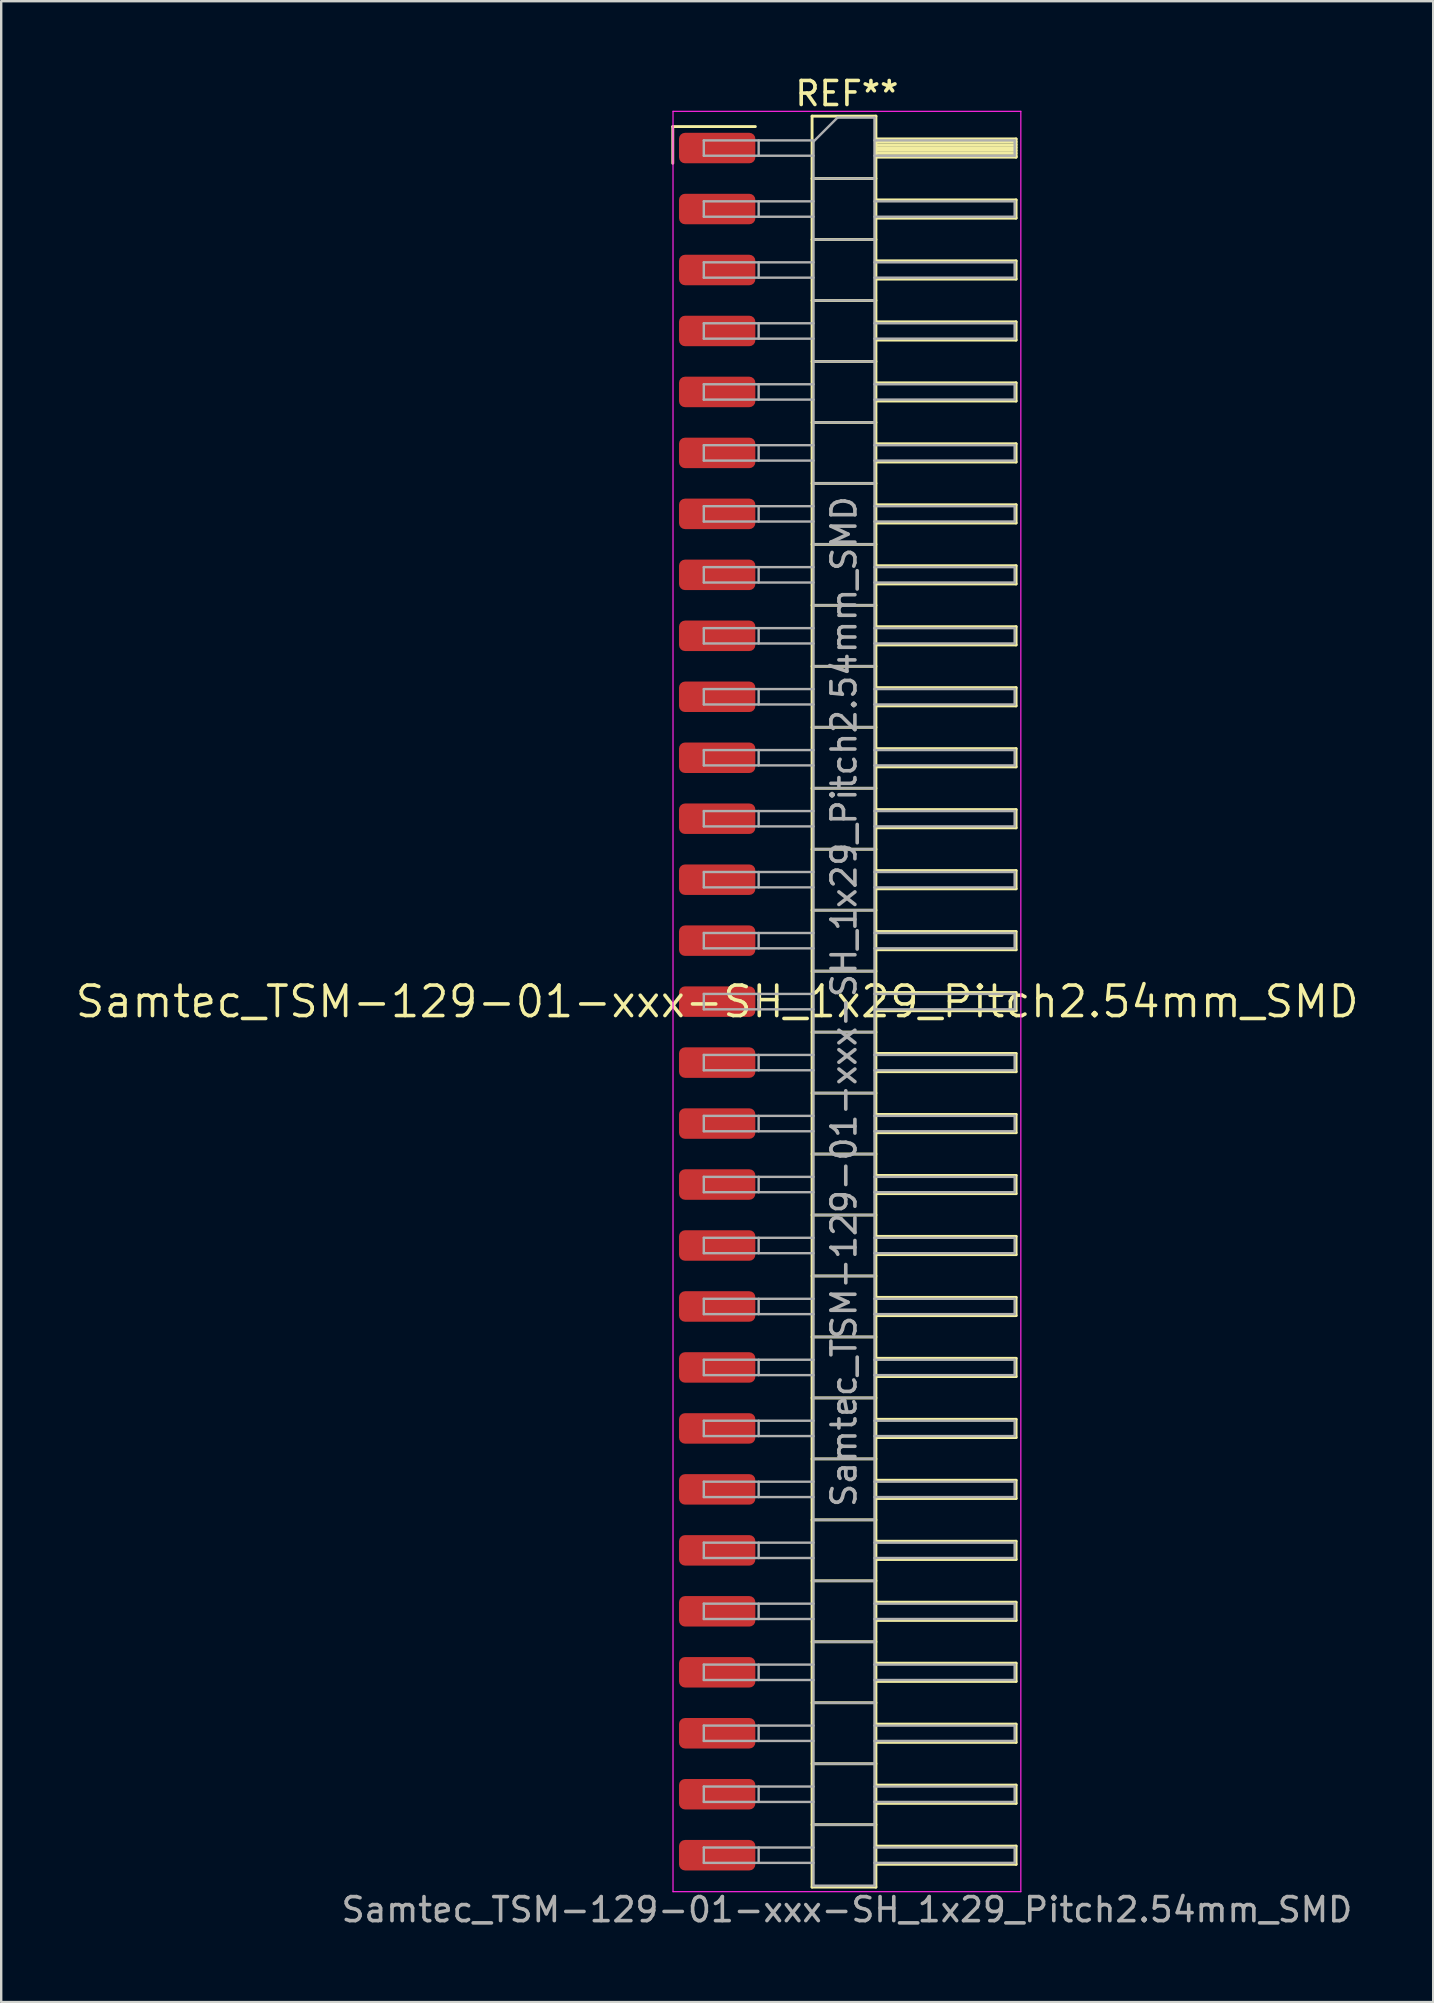
<source format=kicad_pcb>
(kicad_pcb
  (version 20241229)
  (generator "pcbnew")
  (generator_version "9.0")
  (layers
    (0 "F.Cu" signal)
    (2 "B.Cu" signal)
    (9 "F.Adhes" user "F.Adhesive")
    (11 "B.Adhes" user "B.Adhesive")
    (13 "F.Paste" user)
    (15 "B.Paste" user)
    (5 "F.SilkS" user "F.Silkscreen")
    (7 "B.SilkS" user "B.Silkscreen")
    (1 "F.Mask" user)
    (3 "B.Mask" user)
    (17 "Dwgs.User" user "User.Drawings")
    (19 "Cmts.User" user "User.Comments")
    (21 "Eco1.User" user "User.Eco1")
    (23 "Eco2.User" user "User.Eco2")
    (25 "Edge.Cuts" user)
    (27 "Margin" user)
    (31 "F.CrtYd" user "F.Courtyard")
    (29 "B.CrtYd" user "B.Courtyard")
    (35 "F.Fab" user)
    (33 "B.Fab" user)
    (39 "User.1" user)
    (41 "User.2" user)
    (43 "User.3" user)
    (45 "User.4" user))
  (footprint "Samtec_TSM-129-01-xxx-SH_1x29_Pitch2.54mm_SMD"
    (layer "F.Cu")
    (at 26.828 38.678)
    (property "Reference" "Samtec_TSM-129-01-xxx-SH_1x29_Pitch2.54mm_SMD" (at 0 0 0) (layer "F.SilkS") (effects (font (size 1.27 1.27) (thickness 0.15))))
    (attr smd)
    (fp_line (start -1.85 -36.455) (end 1.59 -36.455) (stroke (width 0.12) (type solid)) (layer "F.SilkS"))
    (fp_line (start -1.85 -34.925) (end -1.85 -36.455) (stroke (width 0.12) (type solid)) (layer "F.SilkS"))
    (fp_line (start 3.953 -36.89) (end 6.613 -36.89) (stroke (width 0.12) (type solid)) (layer "F.SilkS"))
    (fp_line (start 3.953 -34.29) (end 6.613 -34.29) (stroke (width 0.12) (type solid)) (layer "F.SilkS"))
    (fp_line (start 3.953 -31.75) (end 6.613 -31.75) (stroke (width 0.12) (type solid)) (layer "F.SilkS"))
    (fp_line (start 3.953 -29.21) (end 6.613 -29.21) (stroke (width 0.12) (type solid)) (layer "F.SilkS"))
    (fp_line (start 3.953 -26.67) (end 6.613 -26.67) (stroke (width 0.12) (type solid)) (layer "F.SilkS"))
    (fp_line (start 3.953 -24.13) (end 6.613 -24.13) (stroke (width 0.12) (type solid)) (layer "F.SilkS"))
    (fp_line (start 3.953 -21.59) (end 6.613 -21.59) (stroke (width 0.12) (type solid)) (layer "F.SilkS"))
    (fp_line (start 3.953 -19.05) (end 6.613 -19.05) (stroke (width 0.12) (type solid)) (layer "F.SilkS"))
    (fp_line (start 3.953 -16.51) (end 6.613 -16.51) (stroke (width 0.12) (type solid)) (layer "F.SilkS"))
    (fp_line (start 3.953 -13.97) (end 6.613 -13.97) (stroke (width 0.12) (type solid)) (layer "F.SilkS"))
    (fp_line (start 3.953 -11.43) (end 6.613 -11.43) (stroke (width 0.12) (type solid)) (layer "F.SilkS"))
    (fp_line (start 3.953 -8.89) (end 6.613 -8.89) (stroke (width 0.12) (type solid)) (layer "F.SilkS"))
    (fp_line (start 3.953 -6.35) (end 6.613 -6.35) (stroke (width 0.12) (type solid)) (layer "F.SilkS"))
    (fp_line (start 3.953 -3.81) (end 6.613 -3.81) (stroke (width 0.12) (type solid)) (layer "F.SilkS"))
    (fp_line (start 3.953 -1.27) (end 6.613 -1.27) (stroke (width 0.12) (type solid)) (layer "F.SilkS"))
    (fp_line (start 3.953 1.27) (end 6.613 1.27) (stroke (width 0.12) (type solid)) (layer "F.SilkS"))
    (fp_line (start 3.953 3.81) (end 6.613 3.81) (stroke (width 0.12) (type solid)) (layer "F.SilkS"))
    (fp_line (start 3.953 6.35) (end 6.613 6.35) (stroke (width 0.12) (type solid)) (layer "F.SilkS"))
    (fp_line (start 3.953 8.89) (end 6.613 8.89) (stroke (width 0.12) (type solid)) (layer "F.SilkS"))
    (fp_line (start 3.953 11.43) (end 6.613 11.43) (stroke (width 0.12) (type solid)) (layer "F.SilkS"))
    (fp_line (start 3.953 13.97) (end 6.613 13.97) (stroke (width 0.12) (type solid)) (layer "F.SilkS"))
    (fp_line (start 3.953 16.51) (end 6.613 16.51) (stroke (width 0.12) (type solid)) (layer "F.SilkS"))
    (fp_line (start 3.953 19.05) (end 6.613 19.05) (stroke (width 0.12) (type solid)) (layer "F.SilkS"))
    (fp_line (start 3.953 21.59) (end 6.613 21.59) (stroke (width 0.12) (type solid)) (layer "F.SilkS"))
    (fp_line (start 3.953 24.13) (end 6.613 24.13) (stroke (width 0.12) (type solid)) (layer "F.SilkS"))
    (fp_line (start 3.953 26.67) (end 6.613 26.67) (stroke (width 0.12) (type solid)) (layer "F.SilkS"))
    (fp_line (start 3.953 29.21) (end 6.613 29.21) (stroke (width 0.12) (type solid)) (layer "F.SilkS"))
    (fp_line (start 3.953 31.75) (end 6.613 31.75) (stroke (width 0.12) (type solid)) (layer "F.SilkS"))
    (fp_line (start 3.953 34.29) (end 6.613 34.29) (stroke (width 0.12) (type solid)) (layer "F.SilkS"))
    (fp_line (start 3.953 36.89) (end 3.953 -36.89) (stroke (width 0.12) (type solid)) (layer "F.SilkS"))
    (fp_line (start 6.613 -36.89) (end 6.613 36.89) (stroke (width 0.12) (type solid)) (layer "F.SilkS"))
    (fp_line (start 6.613 -35.94) (end 12.453 -35.94) (stroke (width 0.12) (type solid)) (layer "F.SilkS"))
    (fp_line (start 6.613 -35.82) (end 12.453 -35.82) (stroke (width 0.12) (type solid)) (layer "F.SilkS"))
    (fp_line (start 6.613 -35.7) (end 12.453 -35.7) (stroke (width 0.12) (type solid)) (layer "F.SilkS"))
    (fp_line (start 6.613 -35.58) (end 12.453 -35.58) (stroke (width 0.12) (type solid)) (layer "F.SilkS"))
    (fp_line (start 6.613 -35.46) (end 12.453 -35.46) (stroke (width 0.12) (type solid)) (layer "F.SilkS"))
    (fp_line (start 6.613 -35.34) (end 12.453 -35.34) (stroke (width 0.12) (type solid)) (layer "F.SilkS"))
    (fp_line (start 6.613 -35.22) (end 12.453 -35.22) (stroke (width 0.12) (type solid)) (layer "F.SilkS"))
    (fp_line (start 6.613 -35.18) (end 12.453 -35.18) (stroke (width 0.12) (type solid)) (layer "F.SilkS"))
    (fp_line (start 6.613 -33.4) (end 12.453 -33.4) (stroke (width 0.12) (type solid)) (layer "F.SilkS"))
    (fp_line (start 6.613 -32.64) (end 12.453 -32.64) (stroke (width 0.12) (type solid)) (layer "F.SilkS"))
    (fp_line (start 6.613 -30.86) (end 12.453 -30.86) (stroke (width 0.12) (type solid)) (layer "F.SilkS"))
    (fp_line (start 6.613 -30.1) (end 12.453 -30.1) (stroke (width 0.12) (type solid)) (layer "F.SilkS"))
    (fp_line (start 6.613 -28.32) (end 12.453 -28.32) (stroke (width 0.12) (type solid)) (layer "F.SilkS"))
    (fp_line (start 6.613 -27.56) (end 12.453 -27.56) (stroke (width 0.12) (type solid)) (layer "F.SilkS"))
    (fp_line (start 6.613 -25.78) (end 12.453 -25.78) (stroke (width 0.12) (type solid)) (layer "F.SilkS"))
    (fp_line (start 6.613 -25.02) (end 12.453 -25.02) (stroke (width 0.12) (type solid)) (layer "F.SilkS"))
    (fp_line (start 6.613 -23.24) (end 12.453 -23.24) (stroke (width 0.12) (type solid)) (layer "F.SilkS"))
    (fp_line (start 6.613 -22.48) (end 12.453 -22.48) (stroke (width 0.12) (type solid)) (layer "F.SilkS"))
    (fp_line (start 6.613 -20.7) (end 12.453 -20.7) (stroke (width 0.12) (type solid)) (layer "F.SilkS"))
    (fp_line (start 6.613 -19.94) (end 12.453 -19.94) (stroke (width 0.12) (type solid)) (layer "F.SilkS"))
    (fp_line (start 6.613 -18.16) (end 12.453 -18.16) (stroke (width 0.12) (type solid)) (layer "F.SilkS"))
    (fp_line (start 6.613 -17.4) (end 12.453 -17.4) (stroke (width 0.12) (type solid)) (layer "F.SilkS"))
    (fp_line (start 6.613 -15.62) (end 12.453 -15.62) (stroke (width 0.12) (type solid)) (layer "F.SilkS"))
    (fp_line (start 6.613 -14.86) (end 12.453 -14.86) (stroke (width 0.12) (type solid)) (layer "F.SilkS"))
    (fp_line (start 6.613 -13.08) (end 12.453 -13.08) (stroke (width 0.12) (type solid)) (layer "F.SilkS"))
    (fp_line (start 6.613 -12.32) (end 12.453 -12.32) (stroke (width 0.12) (type solid)) (layer "F.SilkS"))
    (fp_line (start 6.613 -10.54) (end 12.453 -10.54) (stroke (width 0.12) (type solid)) (layer "F.SilkS"))
    (fp_line (start 6.613 -9.78) (end 12.453 -9.78) (stroke (width 0.12) (type solid)) (layer "F.SilkS"))
    (fp_line (start 6.613 -8) (end 12.453 -8) (stroke (width 0.12) (type solid)) (layer "F.SilkS"))
    (fp_line (start 6.613 -7.24) (end 12.453 -7.24) (stroke (width 0.12) (type solid)) (layer "F.SilkS"))
    (fp_line (start 6.613 -5.46) (end 12.453 -5.46) (stroke (width 0.12) (type solid)) (layer "F.SilkS"))
    (fp_line (start 6.613 -4.7) (end 12.453 -4.7) (stroke (width 0.12) (type solid)) (layer "F.SilkS"))
    (fp_line (start 6.613 -2.92) (end 12.453 -2.92) (stroke (width 0.12) (type solid)) (layer "F.SilkS"))
    (fp_line (start 6.613 -2.16) (end 12.453 -2.16) (stroke (width 0.12) (type solid)) (layer "F.SilkS"))
    (fp_line (start 6.613 -0.38) (end 12.453 -0.38) (stroke (width 0.12) (type solid)) (layer "F.SilkS"))
    (fp_line (start 6.613 0.38) (end 12.453 0.38) (stroke (width 0.12) (type solid)) (layer "F.SilkS"))
    (fp_line (start 6.613 2.16) (end 12.453 2.16) (stroke (width 0.12) (type solid)) (layer "F.SilkS"))
    (fp_line (start 6.613 2.92) (end 12.453 2.92) (stroke (width 0.12) (type solid)) (layer "F.SilkS"))
    (fp_line (start 6.613 4.7) (end 12.453 4.7) (stroke (width 0.12) (type solid)) (layer "F.SilkS"))
    (fp_line (start 6.613 5.46) (end 12.453 5.46) (stroke (width 0.12) (type solid)) (layer "F.SilkS"))
    (fp_line (start 6.613 7.24) (end 12.453 7.24) (stroke (width 0.12) (type solid)) (layer "F.SilkS"))
    (fp_line (start 6.613 8) (end 12.453 8) (stroke (width 0.12) (type solid)) (layer "F.SilkS"))
    (fp_line (start 6.613 9.78) (end 12.453 9.78) (stroke (width 0.12) (type solid)) (layer "F.SilkS"))
    (fp_line (start 6.613 10.54) (end 12.453 10.54) (stroke (width 0.12) (type solid)) (layer "F.SilkS"))
    (fp_line (start 6.613 12.32) (end 12.453 12.32) (stroke (width 0.12) (type solid)) (layer "F.SilkS"))
    (fp_line (start 6.613 13.08) (end 12.453 13.08) (stroke (width 0.12) (type solid)) (layer "F.SilkS"))
    (fp_line (start 6.613 14.86) (end 12.453 14.86) (stroke (width 0.12) (type solid)) (layer "F.SilkS"))
    (fp_line (start 6.613 15.62) (end 12.453 15.62) (stroke (width 0.12) (type solid)) (layer "F.SilkS"))
    (fp_line (start 6.613 17.4) (end 12.453 17.4) (stroke (width 0.12) (type solid)) (layer "F.SilkS"))
    (fp_line (start 6.613 18.16) (end 12.453 18.16) (stroke (width 0.12) (type solid)) (layer "F.SilkS"))
    (fp_line (start 6.613 19.94) (end 12.453 19.94) (stroke (width 0.12) (type solid)) (layer "F.SilkS"))
    (fp_line (start 6.613 20.7) (end 12.453 20.7) (stroke (width 0.12) (type solid)) (layer "F.SilkS"))
    (fp_line (start 6.613 22.48) (end 12.453 22.48) (stroke (width 0.12) (type solid)) (layer "F.SilkS"))
    (fp_line (start 6.613 23.24) (end 12.453 23.24) (stroke (width 0.12) (type solid)) (layer "F.SilkS"))
    (fp_line (start 6.613 25.02) (end 12.453 25.02) (stroke (width 0.12) (type solid)) (layer "F.SilkS"))
    (fp_line (start 6.613 25.78) (end 12.453 25.78) (stroke (width 0.12) (type solid)) (layer "F.SilkS"))
    (fp_line (start 6.613 27.56) (end 12.453 27.56) (stroke (width 0.12) (type solid)) (layer "F.SilkS"))
    (fp_line (start 6.613 28.32) (end 12.453 28.32) (stroke (width 0.12) (type solid)) (layer "F.SilkS"))
    (fp_line (start 6.613 30.1) (end 12.453 30.1) (stroke (width 0.12) (type solid)) (layer "F.SilkS"))
    (fp_line (start 6.613 30.86) (end 12.453 30.86) (stroke (width 0.12) (type solid)) (layer "F.SilkS"))
    (fp_line (start 6.613 32.64) (end 12.453 32.64) (stroke (width 0.12) (type solid)) (layer "F.SilkS"))
    (fp_line (start 6.613 33.4) (end 12.453 33.4) (stroke (width 0.12) (type solid)) (layer "F.SilkS"))
    (fp_line (start 6.613 35.18) (end 12.453 35.18) (stroke (width 0.12) (type solid)) (layer "F.SilkS"))
    (fp_line (start 6.613 35.94) (end 12.453 35.94) (stroke (width 0.12) (type solid)) (layer "F.SilkS"))
    (fp_line (start 6.613 36.89) (end 3.953 36.89) (stroke (width 0.12) (type solid)) (layer "F.SilkS"))
    (fp_line (start 12.453 -35.94) (end 12.453 -35.18) (stroke (width 0.12) (type solid)) (layer "F.SilkS"))
    (fp_line (start 12.453 -33.4) (end 12.453 -32.64) (stroke (width 0.12) (type solid)) (layer "F.SilkS"))
    (fp_line (start 12.453 -30.86) (end 12.453 -30.1) (stroke (width 0.12) (type solid)) (layer "F.SilkS"))
    (fp_line (start 12.453 -28.32) (end 12.453 -27.56) (stroke (width 0.12) (type solid)) (layer "F.SilkS"))
    (fp_line (start 12.453 -25.78) (end 12.453 -25.02) (stroke (width 0.12) (type solid)) (layer "F.SilkS"))
    (fp_line (start 12.453 -23.24) (end 12.453 -22.48) (stroke (width 0.12) (type solid)) (layer "F.SilkS"))
    (fp_line (start 12.453 -20.7) (end 12.453 -19.94) (stroke (width 0.12) (type solid)) (layer "F.SilkS"))
    (fp_line (start 12.453 -18.16) (end 12.453 -17.4) (stroke (width 0.12) (type solid)) (layer "F.SilkS"))
    (fp_line (start 12.453 -15.62) (end 12.453 -14.86) (stroke (width 0.12) (type solid)) (layer "F.SilkS"))
    (fp_line (start 12.453 -13.08) (end 12.453 -12.32) (stroke (width 0.12) (type solid)) (layer "F.SilkS"))
    (fp_line (start 12.453 -10.54) (end 12.453 -9.78) (stroke (width 0.12) (type solid)) (layer "F.SilkS"))
    (fp_line (start 12.453 -8) (end 12.453 -7.24) (stroke (width 0.12) (type solid)) (layer "F.SilkS"))
    (fp_line (start 12.453 -5.46) (end 12.453 -4.7) (stroke (width 0.12) (type solid)) (layer "F.SilkS"))
    (fp_line (start 12.453 -2.92) (end 12.453 -2.16) (stroke (width 0.12) (type solid)) (layer "F.SilkS"))
    (fp_line (start 12.453 -0.38) (end 12.453 0.38) (stroke (width 0.12) (type solid)) (layer "F.SilkS"))
    (fp_line (start 12.453 2.16) (end 12.453 2.92) (stroke (width 0.12) (type solid)) (layer "F.SilkS"))
    (fp_line (start 12.453 4.7) (end 12.453 5.46) (stroke (width 0.12) (type solid)) (layer "F.SilkS"))
    (fp_line (start 12.453 7.24) (end 12.453 8) (stroke (width 0.12) (type solid)) (layer "F.SilkS"))
    (fp_line (start 12.453 9.78) (end 12.453 10.54) (stroke (width 0.12) (type solid)) (layer "F.SilkS"))
    (fp_line (start 12.453 12.32) (end 12.453 13.08) (stroke (width 0.12) (type solid)) (layer "F.SilkS"))
    (fp_line (start 12.453 14.86) (end 12.453 15.62) (stroke (width 0.12) (type solid)) (layer "F.SilkS"))
    (fp_line (start 12.453 17.4) (end 12.453 18.16) (stroke (width 0.12) (type solid)) (layer "F.SilkS"))
    (fp_line (start 12.453 19.94) (end 12.453 20.7) (stroke (width 0.12) (type solid)) (layer "F.SilkS"))
    (fp_line (start 12.453 22.48) (end 12.453 23.24) (stroke (width 0.12) (type solid)) (layer "F.SilkS"))
    (fp_line (start 12.453 25.02) (end 12.453 25.78) (stroke (width 0.12) (type solid)) (layer "F.SilkS"))
    (fp_line (start 12.453 27.56) (end 12.453 28.32) (stroke (width 0.12) (type solid)) (layer "F.SilkS"))
    (fp_line (start 12.453 30.1) (end 12.453 30.86) (stroke (width 0.12) (type solid)) (layer "F.SilkS"))
    (fp_line (start 12.453 32.64) (end 12.453 33.4) (stroke (width 0.12) (type solid)) (layer "F.SilkS"))
    (fp_line (start 12.453 35.18) (end 12.453 35.94) (stroke (width 0.12) (type solid)) (layer "F.SilkS"))
    (fp_line (start -1.84 -37.09) (end 12.65 -37.09) (stroke (width 0.05) (type solid)) (layer "F.CrtYd"))
    (fp_line (start -1.84 37.08) (end -1.84 -37.09) (stroke (width 0.05) (type solid)) (layer "F.CrtYd"))
    (fp_line (start 12.65 -37.09) (end 12.65 37.08) (stroke (width 0.05) (type solid)) (layer "F.CrtYd"))
    (fp_line (start 12.65 37.08) (end -1.84 37.08) (stroke (width 0.05) (type solid)) (layer "F.CrtYd"))
    (fp_line (start -0.557 -35.88) (end -0.557 -35.24) (stroke (width 0.1) (type solid)) (layer "F.Fab"))
    (fp_line (start -0.557 -35.88) (end 4.013 -35.88) (stroke (width 0.1) (type solid)) (layer "F.Fab"))
    (fp_line (start -0.557 -35.24) (end 4.013 -35.24) (stroke (width 0.1) (type solid)) (layer "F.Fab"))
    (fp_line (start -0.557 -33.34) (end -0.557 -32.7) (stroke (width 0.1) (type solid)) (layer "F.Fab"))
    (fp_line (start -0.557 -33.34) (end 4.013 -33.34) (stroke (width 0.1) (type solid)) (layer "F.Fab"))
    (fp_line (start -0.557 -32.7) (end 4.013 -32.7) (stroke (width 0.1) (type solid)) (layer "F.Fab"))
    (fp_line (start -0.557 -30.8) (end -0.557 -30.16) (stroke (width 0.1) (type solid)) (layer "F.Fab"))
    (fp_line (start -0.557 -30.8) (end 4.013 -30.8) (stroke (width 0.1) (type solid)) (layer "F.Fab"))
    (fp_line (start -0.557 -30.16) (end 4.013 -30.16) (stroke (width 0.1) (type solid)) (layer "F.Fab"))
    (fp_line (start -0.557 -28.26) (end -0.557 -27.62) (stroke (width 0.1) (type solid)) (layer "F.Fab"))
    (fp_line (start -0.557 -28.26) (end 4.013 -28.26) (stroke (width 0.1) (type solid)) (layer "F.Fab"))
    (fp_line (start -0.557 -27.62) (end 4.013 -27.62) (stroke (width 0.1) (type solid)) (layer "F.Fab"))
    (fp_line (start -0.557 -25.72) (end -0.557 -25.08) (stroke (width 0.1) (type solid)) (layer "F.Fab"))
    (fp_line (start -0.557 -25.72) (end 4.013 -25.72) (stroke (width 0.1) (type solid)) (layer "F.Fab"))
    (fp_line (start -0.557 -25.08) (end 4.013 -25.08) (stroke (width 0.1) (type solid)) (layer "F.Fab"))
    (fp_line (start -0.557 -23.18) (end -0.557 -22.54) (stroke (width 0.1) (type solid)) (layer "F.Fab"))
    (fp_line (start -0.557 -23.18) (end 4.013 -23.18) (stroke (width 0.1) (type solid)) (layer "F.Fab"))
    (fp_line (start -0.557 -22.54) (end 4.013 -22.54) (stroke (width 0.1) (type solid)) (layer "F.Fab"))
    (fp_line (start -0.557 -20.64) (end -0.557 -20) (stroke (width 0.1) (type solid)) (layer "F.Fab"))
    (fp_line (start -0.557 -20.64) (end 4.013 -20.64) (stroke (width 0.1) (type solid)) (layer "F.Fab"))
    (fp_line (start -0.557 -20) (end 4.013 -20) (stroke (width 0.1) (type solid)) (layer "F.Fab"))
    (fp_line (start -0.557 -18.1) (end -0.557 -17.46) (stroke (width 0.1) (type solid)) (layer "F.Fab"))
    (fp_line (start -0.557 -18.1) (end 4.013 -18.1) (stroke (width 0.1) (type solid)) (layer "F.Fab"))
    (fp_line (start -0.557 -17.46) (end 4.013 -17.46) (stroke (width 0.1) (type solid)) (layer "F.Fab"))
    (fp_line (start -0.557 -15.56) (end -0.557 -14.92) (stroke (width 0.1) (type solid)) (layer "F.Fab"))
    (fp_line (start -0.557 -15.56) (end 4.013 -15.56) (stroke (width 0.1) (type solid)) (layer "F.Fab"))
    (fp_line (start -0.557 -14.92) (end 4.013 -14.92) (stroke (width 0.1) (type solid)) (layer "F.Fab"))
    (fp_line (start -0.557 -13.02) (end -0.557 -12.38) (stroke (width 0.1) (type solid)) (layer "F.Fab"))
    (fp_line (start -0.557 -13.02) (end 4.013 -13.02) (stroke (width 0.1) (type solid)) (layer "F.Fab"))
    (fp_line (start -0.557 -12.38) (end 4.013 -12.38) (stroke (width 0.1) (type solid)) (layer "F.Fab"))
    (fp_line (start -0.557 -10.48) (end -0.557 -9.84) (stroke (width 0.1) (type solid)) (layer "F.Fab"))
    (fp_line (start -0.557 -10.48) (end 4.013 -10.48) (stroke (width 0.1) (type solid)) (layer "F.Fab"))
    (fp_line (start -0.557 -9.84) (end 4.013 -9.84) (stroke (width 0.1) (type solid)) (layer "F.Fab"))
    (fp_line (start -0.557 -7.94) (end -0.557 -7.3) (stroke (width 0.1) (type solid)) (layer "F.Fab"))
    (fp_line (start -0.557 -7.94) (end 4.013 -7.94) (stroke (width 0.1) (type solid)) (layer "F.Fab"))
    (fp_line (start -0.557 -7.3) (end 4.013 -7.3) (stroke (width 0.1) (type solid)) (layer "F.Fab"))
    (fp_line (start -0.557 -5.4) (end -0.557 -4.76) (stroke (width 0.1) (type solid)) (layer "F.Fab"))
    (fp_line (start -0.557 -5.4) (end 4.013 -5.4) (stroke (width 0.1) (type solid)) (layer "F.Fab"))
    (fp_line (start -0.557 -4.76) (end 4.013 -4.76) (stroke (width 0.1) (type solid)) (layer "F.Fab"))
    (fp_line (start -0.557 -2.86) (end -0.557 -2.22) (stroke (width 0.1) (type solid)) (layer "F.Fab"))
    (fp_line (start -0.557 -2.86) (end 4.013 -2.86) (stroke (width 0.1) (type solid)) (layer "F.Fab"))
    (fp_line (start -0.557 -2.22) (end 4.013 -2.22) (stroke (width 0.1) (type solid)) (layer "F.Fab"))
    (fp_line (start -0.557 -0.32) (end -0.557 0.32) (stroke (width 0.1) (type solid)) (layer "F.Fab"))
    (fp_line (start -0.557 -0.32) (end 4.013 -0.32) (stroke (width 0.1) (type solid)) (layer "F.Fab"))
    (fp_line (start -0.557 0.32) (end 4.013 0.32) (stroke (width 0.1) (type solid)) (layer "F.Fab"))
    (fp_line (start -0.557 2.22) (end -0.557 2.86) (stroke (width 0.1) (type solid)) (layer "F.Fab"))
    (fp_line (start -0.557 2.22) (end 4.013 2.22) (stroke (width 0.1) (type solid)) (layer "F.Fab"))
    (fp_line (start -0.557 2.86) (end 4.013 2.86) (stroke (width 0.1) (type solid)) (layer "F.Fab"))
    (fp_line (start -0.557 4.76) (end -0.557 5.4) (stroke (width 0.1) (type solid)) (layer "F.Fab"))
    (fp_line (start -0.557 4.76) (end 4.013 4.76) (stroke (width 0.1) (type solid)) (layer "F.Fab"))
    (fp_line (start -0.557 5.4) (end 4.013 5.4) (stroke (width 0.1) (type solid)) (layer "F.Fab"))
    (fp_line (start -0.557 7.3) (end -0.557 7.94) (stroke (width 0.1) (type solid)) (layer "F.Fab"))
    (fp_line (start -0.557 7.3) (end 4.013 7.3) (stroke (width 0.1) (type solid)) (layer "F.Fab"))
    (fp_line (start -0.557 7.94) (end 4.013 7.94) (stroke (width 0.1) (type solid)) (layer "F.Fab"))
    (fp_line (start -0.557 9.84) (end -0.557 10.48) (stroke (width 0.1) (type solid)) (layer "F.Fab"))
    (fp_line (start -0.557 9.84) (end 4.013 9.84) (stroke (width 0.1) (type solid)) (layer "F.Fab"))
    (fp_line (start -0.557 10.48) (end 4.013 10.48) (stroke (width 0.1) (type solid)) (layer "F.Fab"))
    (fp_line (start -0.557 12.38) (end -0.557 13.02) (stroke (width 0.1) (type solid)) (layer "F.Fab"))
    (fp_line (start -0.557 12.38) (end 4.013 12.38) (stroke (width 0.1) (type solid)) (layer "F.Fab"))
    (fp_line (start -0.557 13.02) (end 4.013 13.02) (stroke (width 0.1) (type solid)) (layer "F.Fab"))
    (fp_line (start -0.557 14.92) (end -0.557 15.56) (stroke (width 0.1) (type solid)) (layer "F.Fab"))
    (fp_line (start -0.557 14.92) (end 4.013 14.92) (stroke (width 0.1) (type solid)) (layer "F.Fab"))
    (fp_line (start -0.557 15.56) (end 4.013 15.56) (stroke (width 0.1) (type solid)) (layer "F.Fab"))
    (fp_line (start -0.557 17.46) (end -0.557 18.1) (stroke (width 0.1) (type solid)) (layer "F.Fab"))
    (fp_line (start -0.557 17.46) (end 4.013 17.46) (stroke (width 0.1) (type solid)) (layer "F.Fab"))
    (fp_line (start -0.557 18.1) (end 4.013 18.1) (stroke (width 0.1) (type solid)) (layer "F.Fab"))
    (fp_line (start -0.557 20) (end -0.557 20.64) (stroke (width 0.1) (type solid)) (layer "F.Fab"))
    (fp_line (start -0.557 20) (end 4.013 20) (stroke (width 0.1) (type solid)) (layer "F.Fab"))
    (fp_line (start -0.557 20.64) (end 4.013 20.64) (stroke (width 0.1) (type solid)) (layer "F.Fab"))
    (fp_line (start -0.557 22.54) (end -0.557 23.18) (stroke (width 0.1) (type solid)) (layer "F.Fab"))
    (fp_line (start -0.557 22.54) (end 4.013 22.54) (stroke (width 0.1) (type solid)) (layer "F.Fab"))
    (fp_line (start -0.557 23.18) (end 4.013 23.18) (stroke (width 0.1) (type solid)) (layer "F.Fab"))
    (fp_line (start -0.557 25.08) (end -0.557 25.72) (stroke (width 0.1) (type solid)) (layer "F.Fab"))
    (fp_line (start -0.557 25.08) (end 4.013 25.08) (stroke (width 0.1) (type solid)) (layer "F.Fab"))
    (fp_line (start -0.557 25.72) (end 4.013 25.72) (stroke (width 0.1) (type solid)) (layer "F.Fab"))
    (fp_line (start -0.557 27.62) (end -0.557 28.26) (stroke (width 0.1) (type solid)) (layer "F.Fab"))
    (fp_line (start -0.557 27.62) (end 4.013 27.62) (stroke (width 0.1) (type solid)) (layer "F.Fab"))
    (fp_line (start -0.557 28.26) (end 4.013 28.26) (stroke (width 0.1) (type solid)) (layer "F.Fab"))
    (fp_line (start -0.557 30.16) (end -0.557 30.8) (stroke (width 0.1) (type solid)) (layer "F.Fab"))
    (fp_line (start -0.557 30.16) (end 4.013 30.16) (stroke (width 0.1) (type solid)) (layer "F.Fab"))
    (fp_line (start -0.557 30.8) (end 4.013 30.8) (stroke (width 0.1) (type solid)) (layer "F.Fab"))
    (fp_line (start -0.557 32.7) (end -0.557 33.34) (stroke (width 0.1) (type solid)) (layer "F.Fab"))
    (fp_line (start -0.557 32.7) (end 4.013 32.7) (stroke (width 0.1) (type solid)) (layer "F.Fab"))
    (fp_line (start -0.557 33.34) (end 4.013 33.34) (stroke (width 0.1) (type solid)) (layer "F.Fab"))
    (fp_line (start -0.557 35.24) (end -0.557 35.88) (stroke (width 0.1) (type solid)) (layer "F.Fab"))
    (fp_line (start -0.557 35.24) (end 4.013 35.24) (stroke (width 0.1) (type solid)) (layer "F.Fab"))
    (fp_line (start -0.557 35.88) (end 4.013 35.88) (stroke (width 0.1) (type solid)) (layer "F.Fab"))
    (fp_line (start 1.728 -35.88) (end 1.728 -35.24) (stroke (width 0.1) (type solid)) (layer "F.Fab"))
    (fp_line (start 1.728 -33.34) (end 1.728 -32.7) (stroke (width 0.1) (type solid)) (layer "F.Fab"))
    (fp_line (start 1.728 -30.8) (end 1.728 -30.16) (stroke (width 0.1) (type solid)) (layer "F.Fab"))
    (fp_line (start 1.728 -28.26) (end 1.728 -27.62) (stroke (width 0.1) (type solid)) (layer "F.Fab"))
    (fp_line (start 1.728 -25.72) (end 1.728 -25.08) (stroke (width 0.1) (type solid)) (layer "F.Fab"))
    (fp_line (start 1.728 -23.18) (end 1.728 -22.54) (stroke (width 0.1) (type solid)) (layer "F.Fab"))
    (fp_line (start 1.728 -20.64) (end 1.728 -20) (stroke (width 0.1) (type solid)) (layer "F.Fab"))
    (fp_line (start 1.728 -18.1) (end 1.728 -17.46) (stroke (width 0.1) (type solid)) (layer "F.Fab"))
    (fp_line (start 1.728 -15.56) (end 1.728 -14.92) (stroke (width 0.1) (type solid)) (layer "F.Fab"))
    (fp_line (start 1.728 -13.02) (end 1.728 -12.38) (stroke (width 0.1) (type solid)) (layer "F.Fab"))
    (fp_line (start 1.728 -10.48) (end 1.728 -9.84) (stroke (width 0.1) (type solid)) (layer "F.Fab"))
    (fp_line (start 1.728 -7.94) (end 1.728 -7.3) (stroke (width 0.1) (type solid)) (layer "F.Fab"))
    (fp_line (start 1.728 -5.4) (end 1.728 -4.76) (stroke (width 0.1) (type solid)) (layer "F.Fab"))
    (fp_line (start 1.728 -2.86) (end 1.728 -2.22) (stroke (width 0.1) (type solid)) (layer "F.Fab"))
    (fp_line (start 1.728 -0.32) (end 1.728 0.32) (stroke (width 0.1) (type solid)) (layer "F.Fab"))
    (fp_line (start 1.728 2.22) (end 1.728 2.86) (stroke (width 0.1) (type solid)) (layer "F.Fab"))
    (fp_line (start 1.728 4.76) (end 1.728 5.4) (stroke (width 0.1) (type solid)) (layer "F.Fab"))
    (fp_line (start 1.728 7.3) (end 1.728 7.94) (stroke (width 0.1) (type solid)) (layer "F.Fab"))
    (fp_line (start 1.728 9.84) (end 1.728 10.48) (stroke (width 0.1) (type solid)) (layer "F.Fab"))
    (fp_line (start 1.728 12.38) (end 1.728 13.02) (stroke (width 0.1) (type solid)) (layer "F.Fab"))
    (fp_line (start 1.728 14.92) (end 1.728 15.56) (stroke (width 0.1) (type solid)) (layer "F.Fab"))
    (fp_line (start 1.728 17.46) (end 1.728 18.1) (stroke (width 0.1) (type solid)) (layer "F.Fab"))
    (fp_line (start 1.728 20) (end 1.728 20.64) (stroke (width 0.1) (type solid)) (layer "F.Fab"))
    (fp_line (start 1.728 22.54) (end 1.728 23.18) (stroke (width 0.1) (type solid)) (layer "F.Fab"))
    (fp_line (start 1.728 25.08) (end 1.728 25.72) (stroke (width 0.1) (type solid)) (layer "F.Fab"))
    (fp_line (start 1.728 27.62) (end 1.728 28.26) (stroke (width 0.1) (type solid)) (layer "F.Fab"))
    (fp_line (start 1.728 30.16) (end 1.728 30.8) (stroke (width 0.1) (type solid)) (layer "F.Fab"))
    (fp_line (start 1.728 32.7) (end 1.728 33.34) (stroke (width 0.1) (type solid)) (layer "F.Fab"))
    (fp_line (start 1.728 35.24) (end 1.728 35.88) (stroke (width 0.1) (type solid)) (layer "F.Fab"))
    (fp_line (start 4.013 -35.83) (end 5.013 -36.83) (stroke (width 0.1) (type solid)) (layer "F.Fab"))
    (fp_line (start 4.013 -34.29) (end 6.553 -34.29) (stroke (width 0.1) (type solid)) (layer "F.Fab"))
    (fp_line (start 4.013 -31.75) (end 6.553 -31.75) (stroke (width 0.1) (type solid)) (layer "F.Fab"))
    (fp_line (start 4.013 -29.21) (end 6.553 -29.21) (stroke (width 0.1) (type solid)) (layer "F.Fab"))
    (fp_line (start 4.013 -26.67) (end 6.553 -26.67) (stroke (width 0.1) (type solid)) (layer "F.Fab"))
    (fp_line (start 4.013 -24.13) (end 6.553 -24.13) (stroke (width 0.1) (type solid)) (layer "F.Fab"))
    (fp_line (start 4.013 -21.59) (end 6.553 -21.59) (stroke (width 0.1) (type solid)) (layer "F.Fab"))
    (fp_line (start 4.013 -19.05) (end 6.553 -19.05) (stroke (width 0.1) (type solid)) (layer "F.Fab"))
    (fp_line (start 4.013 -16.51) (end 6.553 -16.51) (stroke (width 0.1) (type solid)) (layer "F.Fab"))
    (fp_line (start 4.013 -13.97) (end 6.553 -13.97) (stroke (width 0.1) (type solid)) (layer "F.Fab"))
    (fp_line (start 4.013 -11.43) (end 6.553 -11.43) (stroke (width 0.1) (type solid)) (layer "F.Fab"))
    (fp_line (start 4.013 -8.89) (end 6.553 -8.89) (stroke (width 0.1) (type solid)) (layer "F.Fab"))
    (fp_line (start 4.013 -6.35) (end 6.553 -6.35) (stroke (width 0.1) (type solid)) (layer "F.Fab"))
    (fp_line (start 4.013 -3.81) (end 6.553 -3.81) (stroke (width 0.1) (type solid)) (layer "F.Fab"))
    (fp_line (start 4.013 -1.27) (end 6.553 -1.27) (stroke (width 0.1) (type solid)) (layer "F.Fab"))
    (fp_line (start 4.013 1.27) (end 6.553 1.27) (stroke (width 0.1) (type solid)) (layer "F.Fab"))
    (fp_line (start 4.013 3.81) (end 6.553 3.81) (stroke (width 0.1) (type solid)) (layer "F.Fab"))
    (fp_line (start 4.013 6.35) (end 6.553 6.35) (stroke (width 0.1) (type solid)) (layer "F.Fab"))
    (fp_line (start 4.013 8.89) (end 6.553 8.89) (stroke (width 0.1) (type solid)) (layer "F.Fab"))
    (fp_line (start 4.013 11.43) (end 6.553 11.43) (stroke (width 0.1) (type solid)) (layer "F.Fab"))
    (fp_line (start 4.013 13.97) (end 6.553 13.97) (stroke (width 0.1) (type solid)) (layer "F.Fab"))
    (fp_line (start 4.013 16.51) (end 6.553 16.51) (stroke (width 0.1) (type solid)) (layer "F.Fab"))
    (fp_line (start 4.013 19.05) (end 6.553 19.05) (stroke (width 0.1) (type solid)) (layer "F.Fab"))
    (fp_line (start 4.013 21.59) (end 6.553 21.59) (stroke (width 0.1) (type solid)) (layer "F.Fab"))
    (fp_line (start 4.013 24.13) (end 6.553 24.13) (stroke (width 0.1) (type solid)) (layer "F.Fab"))
    (fp_line (start 4.013 26.67) (end 6.553 26.67) (stroke (width 0.1) (type solid)) (layer "F.Fab"))
    (fp_line (start 4.013 29.21) (end 6.553 29.21) (stroke (width 0.1) (type solid)) (layer "F.Fab"))
    (fp_line (start 4.013 31.75) (end 6.553 31.75) (stroke (width 0.1) (type solid)) (layer "F.Fab"))
    (fp_line (start 4.013 34.29) (end 6.553 34.29) (stroke (width 0.1) (type solid)) (layer "F.Fab"))
    (fp_line (start 4.013 36.83) (end 4.013 -35.83) (stroke (width 0.1) (type solid)) (layer "F.Fab"))
    (fp_line (start 5.013 -36.83) (end 6.553 -36.83) (stroke (width 0.1) (type solid)) (layer "F.Fab"))
    (fp_line (start 6.553 -36.83) (end 6.553 36.83) (stroke (width 0.1) (type solid)) (layer "F.Fab"))
    (fp_line (start 6.553 -35.88) (end 12.393 -35.88) (stroke (width 0.1) (type solid)) (layer "F.Fab"))
    (fp_line (start 6.553 -35.24) (end 12.393 -35.24) (stroke (width 0.1) (type solid)) (layer "F.Fab"))
    (fp_line (start 6.553 -33.34) (end 12.393 -33.34) (stroke (width 0.1) (type solid)) (layer "F.Fab"))
    (fp_line (start 6.553 -32.7) (end 12.393 -32.7) (stroke (width 0.1) (type solid)) (layer "F.Fab"))
    (fp_line (start 6.553 -30.8) (end 12.393 -30.8) (stroke (width 0.1) (type solid)) (layer "F.Fab"))
    (fp_line (start 6.553 -30.16) (end 12.393 -30.16) (stroke (width 0.1) (type solid)) (layer "F.Fab"))
    (fp_line (start 6.553 -28.26) (end 12.393 -28.26) (stroke (width 0.1) (type solid)) (layer "F.Fab"))
    (fp_line (start 6.553 -27.62) (end 12.393 -27.62) (stroke (width 0.1) (type solid)) (layer "F.Fab"))
    (fp_line (start 6.553 -25.72) (end 12.393 -25.72) (stroke (width 0.1) (type solid)) (layer "F.Fab"))
    (fp_line (start 6.553 -25.08) (end 12.393 -25.08) (stroke (width 0.1) (type solid)) (layer "F.Fab"))
    (fp_line (start 6.553 -23.18) (end 12.393 -23.18) (stroke (width 0.1) (type solid)) (layer "F.Fab"))
    (fp_line (start 6.553 -22.54) (end 12.393 -22.54) (stroke (width 0.1) (type solid)) (layer "F.Fab"))
    (fp_line (start 6.553 -20.64) (end 12.393 -20.64) (stroke (width 0.1) (type solid)) (layer "F.Fab"))
    (fp_line (start 6.553 -20) (end 12.393 -20) (stroke (width 0.1) (type solid)) (layer "F.Fab"))
    (fp_line (start 6.553 -18.1) (end 12.393 -18.1) (stroke (width 0.1) (type solid)) (layer "F.Fab"))
    (fp_line (start 6.553 -17.46) (end 12.393 -17.46) (stroke (width 0.1) (type solid)) (layer "F.Fab"))
    (fp_line (start 6.553 -15.56) (end 12.393 -15.56) (stroke (width 0.1) (type solid)) (layer "F.Fab"))
    (fp_line (start 6.553 -14.92) (end 12.393 -14.92) (stroke (width 0.1) (type solid)) (layer "F.Fab"))
    (fp_line (start 6.553 -13.02) (end 12.393 -13.02) (stroke (width 0.1) (type solid)) (layer "F.Fab"))
    (fp_line (start 6.553 -12.38) (end 12.393 -12.38) (stroke (width 0.1) (type solid)) (layer "F.Fab"))
    (fp_line (start 6.553 -10.48) (end 12.393 -10.48) (stroke (width 0.1) (type solid)) (layer "F.Fab"))
    (fp_line (start 6.553 -9.84) (end 12.393 -9.84) (stroke (width 0.1) (type solid)) (layer "F.Fab"))
    (fp_line (start 6.553 -7.94) (end 12.393 -7.94) (stroke (width 0.1) (type solid)) (layer "F.Fab"))
    (fp_line (start 6.553 -7.3) (end 12.393 -7.3) (stroke (width 0.1) (type solid)) (layer "F.Fab"))
    (fp_line (start 6.553 -5.4) (end 12.393 -5.4) (stroke (width 0.1) (type solid)) (layer "F.Fab"))
    (fp_line (start 6.553 -4.76) (end 12.393 -4.76) (stroke (width 0.1) (type solid)) (layer "F.Fab"))
    (fp_line (start 6.553 -2.86) (end 12.393 -2.86) (stroke (width 0.1) (type solid)) (layer "F.Fab"))
    (fp_line (start 6.553 -2.22) (end 12.393 -2.22) (stroke (width 0.1) (type solid)) (layer "F.Fab"))
    (fp_line (start 6.553 -0.32) (end 12.393 -0.32) (stroke (width 0.1) (type solid)) (layer "F.Fab"))
    (fp_line (start 6.553 0.32) (end 12.393 0.32) (stroke (width 0.1) (type solid)) (layer "F.Fab"))
    (fp_line (start 6.553 2.22) (end 12.393 2.22) (stroke (width 0.1) (type solid)) (layer "F.Fab"))
    (fp_line (start 6.553 2.86) (end 12.393 2.86) (stroke (width 0.1) (type solid)) (layer "F.Fab"))
    (fp_line (start 6.553 4.76) (end 12.393 4.76) (stroke (width 0.1) (type solid)) (layer "F.Fab"))
    (fp_line (start 6.553 5.4) (end 12.393 5.4) (stroke (width 0.1) (type solid)) (layer "F.Fab"))
    (fp_line (start 6.553 7.3) (end 12.393 7.3) (stroke (width 0.1) (type solid)) (layer "F.Fab"))
    (fp_line (start 6.553 7.94) (end 12.393 7.94) (stroke (width 0.1) (type solid)) (layer "F.Fab"))
    (fp_line (start 6.553 9.84) (end 12.393 9.84) (stroke (width 0.1) (type solid)) (layer "F.Fab"))
    (fp_line (start 6.553 10.48) (end 12.393 10.48) (stroke (width 0.1) (type solid)) (layer "F.Fab"))
    (fp_line (start 6.553 12.38) (end 12.393 12.38) (stroke (width 0.1) (type solid)) (layer "F.Fab"))
    (fp_line (start 6.553 13.02) (end 12.393 13.02) (stroke (width 0.1) (type solid)) (layer "F.Fab"))
    (fp_line (start 6.553 14.92) (end 12.393 14.92) (stroke (width 0.1) (type solid)) (layer "F.Fab"))
    (fp_line (start 6.553 15.56) (end 12.393 15.56) (stroke (width 0.1) (type solid)) (layer "F.Fab"))
    (fp_line (start 6.553 17.46) (end 12.393 17.46) (stroke (width 0.1) (type solid)) (layer "F.Fab"))
    (fp_line (start 6.553 18.1) (end 12.393 18.1) (stroke (width 0.1) (type solid)) (layer "F.Fab"))
    (fp_line (start 6.553 20) (end 12.393 20) (stroke (width 0.1) (type solid)) (layer "F.Fab"))
    (fp_line (start 6.553 20.64) (end 12.393 20.64) (stroke (width 0.1) (type solid)) (layer "F.Fab"))
    (fp_line (start 6.553 22.54) (end 12.393 22.54) (stroke (width 0.1) (type solid)) (layer "F.Fab"))
    (fp_line (start 6.553 23.18) (end 12.393 23.18) (stroke (width 0.1) (type solid)) (layer "F.Fab"))
    (fp_line (start 6.553 25.08) (end 12.393 25.08) (stroke (width 0.1) (type solid)) (layer "F.Fab"))
    (fp_line (start 6.553 25.72) (end 12.393 25.72) (stroke (width 0.1) (type solid)) (layer "F.Fab"))
    (fp_line (start 6.553 27.62) (end 12.393 27.62) (stroke (width 0.1) (type solid)) (layer "F.Fab"))
    (fp_line (start 6.553 28.26) (end 12.393 28.26) (stroke (width 0.1) (type solid)) (layer "F.Fab"))
    (fp_line (start 6.553 30.16) (end 12.393 30.16) (stroke (width 0.1) (type solid)) (layer "F.Fab"))
    (fp_line (start 6.553 30.8) (end 12.393 30.8) (stroke (width 0.1) (type solid)) (layer "F.Fab"))
    (fp_line (start 6.553 32.7) (end 12.393 32.7) (stroke (width 0.1) (type solid)) (layer "F.Fab"))
    (fp_line (start 6.553 33.34) (end 12.393 33.34) (stroke (width 0.1) (type solid)) (layer "F.Fab"))
    (fp_line (start 6.553 35.24) (end 12.393 35.24) (stroke (width 0.1) (type solid)) (layer "F.Fab"))
    (fp_line (start 6.553 35.88) (end 12.393 35.88) (stroke (width 0.1) (type solid)) (layer "F.Fab"))
    (fp_line (start 6.553 36.83) (end 4.013 36.83) (stroke (width 0.1) (type solid)) (layer "F.Fab"))
    (fp_line (start 12.393 -35.88) (end 12.393 -35.24) (stroke (width 0.1) (type solid)) (layer "F.Fab"))
    (fp_line (start 12.393 -33.34) (end 12.393 -32.7) (stroke (width 0.1) (type solid)) (layer "F.Fab"))
    (fp_line (start 12.393 -30.8) (end 12.393 -30.16) (stroke (width 0.1) (type solid)) (layer "F.Fab"))
    (fp_line (start 12.393 -28.26) (end 12.393 -27.62) (stroke (width 0.1) (type solid)) (layer "F.Fab"))
    (fp_line (start 12.393 -25.72) (end 12.393 -25.08) (stroke (width 0.1) (type solid)) (layer "F.Fab"))
    (fp_line (start 12.393 -23.18) (end 12.393 -22.54) (stroke (width 0.1) (type solid)) (layer "F.Fab"))
    (fp_line (start 12.393 -20.64) (end 12.393 -20) (stroke (width 0.1) (type solid)) (layer "F.Fab"))
    (fp_line (start 12.393 -18.1) (end 12.393 -17.46) (stroke (width 0.1) (type solid)) (layer "F.Fab"))
    (fp_line (start 12.393 -15.56) (end 12.393 -14.92) (stroke (width 0.1) (type solid)) (layer "F.Fab"))
    (fp_line (start 12.393 -13.02) (end 12.393 -12.38) (stroke (width 0.1) (type solid)) (layer "F.Fab"))
    (fp_line (start 12.393 -10.48) (end 12.393 -9.84) (stroke (width 0.1) (type solid)) (layer "F.Fab"))
    (fp_line (start 12.393 -7.94) (end 12.393 -7.3) (stroke (width 0.1) (type solid)) (layer "F.Fab"))
    (fp_line (start 12.393 -5.4) (end 12.393 -4.76) (stroke (width 0.1) (type solid)) (layer "F.Fab"))
    (fp_line (start 12.393 -2.86) (end 12.393 -2.22) (stroke (width 0.1) (type solid)) (layer "F.Fab"))
    (fp_line (start 12.393 -0.32) (end 12.393 0.32) (stroke (width 0.1) (type solid)) (layer "F.Fab"))
    (fp_line (start 12.393 2.22) (end 12.393 2.86) (stroke (width 0.1) (type solid)) (layer "F.Fab"))
    (fp_line (start 12.393 4.76) (end 12.393 5.4) (stroke (width 0.1) (type solid)) (layer "F.Fab"))
    (fp_line (start 12.393 7.3) (end 12.393 7.94) (stroke (width 0.1) (type solid)) (layer "F.Fab"))
    (fp_line (start 12.393 9.84) (end 12.393 10.48) (stroke (width 0.1) (type solid)) (layer "F.Fab"))
    (fp_line (start 12.393 12.38) (end 12.393 13.02) (stroke (width 0.1) (type solid)) (layer "F.Fab"))
    (fp_line (start 12.393 14.92) (end 12.393 15.56) (stroke (width 0.1) (type solid)) (layer "F.Fab"))
    (fp_line (start 12.393 17.46) (end 12.393 18.1) (stroke (width 0.1) (type solid)) (layer "F.Fab"))
    (fp_line (start 12.393 20) (end 12.393 20.64) (stroke (width 0.1) (type solid)) (layer "F.Fab"))
    (fp_line (start 12.393 22.54) (end 12.393 23.18) (stroke (width 0.1) (type solid)) (layer "F.Fab"))
    (fp_line (start 12.393 25.08) (end 12.393 25.72) (stroke (width 0.1) (type solid)) (layer "F.Fab"))
    (fp_line (start 12.393 27.62) (end 12.393 28.26) (stroke (width 0.1) (type solid)) (layer "F.Fab"))
    (fp_line (start 12.393 30.16) (end 12.393 30.8) (stroke (width 0.1) (type solid)) (layer "F.Fab"))
    (fp_line (start 12.393 32.7) (end 12.393 33.34) (stroke (width 0.1) (type solid)) (layer "F.Fab"))
    (fp_line (start 12.393 35.24) (end 12.393 35.88) (stroke (width 0.1) (type solid)) (layer "F.Fab"))
    (fp_text user "REF**" (at 5.405 -37.83 0) (layer "F.SilkS") (effects (font (size 1 1) (thickness 0.15))))
    (fp_text user "${REFERENCE}" (at 5.283 0 90) (layer "F.Fab") (effects (font (size 1 1) (thickness 0.15))))
    (fp_text user "Samtec_TSM-129-01-xxx-SH_1x29_Pitch2.54mm_SMD" (at 5.405 37.83 0) (layer "F.Fab") (effects (font (size 1 1) (thickness 0.15))))
    (pad "1" smd roundrect (at 0 -35.56) (size 3.18 1.27) (layers "F.Cu" "F.Mask" "F.Paste") (roundrect_rratio 0.197))
    (pad "2" smd roundrect (at 0 -33.02) (size 3.18 1.27) (layers "F.Cu" "F.Mask" "F.Paste") (roundrect_rratio 0.197))
    (pad "3" smd roundrect (at 0 -30.48) (size 3.18 1.27) (layers "F.Cu" "F.Mask" "F.Paste") (roundrect_rratio 0.197))
    (pad "4" smd roundrect (at 0 -27.94) (size 3.18 1.27) (layers "F.Cu" "F.Mask" "F.Paste") (roundrect_rratio 0.197))
    (pad "5" smd roundrect (at 0 -25.4) (size 3.18 1.27) (layers "F.Cu" "F.Mask" "F.Paste") (roundrect_rratio 0.197))
    (pad "6" smd roundrect (at 0 -22.86) (size 3.18 1.27) (layers "F.Cu" "F.Mask" "F.Paste") (roundrect_rratio 0.197))
    (pad "7" smd roundrect (at 0 -20.32) (size 3.18 1.27) (layers "F.Cu" "F.Mask" "F.Paste") (roundrect_rratio 0.197))
    (pad "8" smd roundrect (at 0 -17.78) (size 3.18 1.27) (layers "F.Cu" "F.Mask" "F.Paste") (roundrect_rratio 0.197))
    (pad "9" smd roundrect (at 0 -15.24) (size 3.18 1.27) (layers "F.Cu" "F.Mask" "F.Paste") (roundrect_rratio 0.197))
    (pad "10" smd roundrect (at 0 -12.7) (size 3.18 1.27) (layers "F.Cu" "F.Mask" "F.Paste") (roundrect_rratio 0.197))
    (pad "11" smd roundrect (at 0 -10.16) (size 3.18 1.27) (layers "F.Cu" "F.Mask" "F.Paste") (roundrect_rratio 0.197))
    (pad "12" smd roundrect (at 0 -7.62) (size 3.18 1.27) (layers "F.Cu" "F.Mask" "F.Paste") (roundrect_rratio 0.197))
    (pad "13" smd roundrect (at 0 -5.08) (size 3.18 1.27) (layers "F.Cu" "F.Mask" "F.Paste") (roundrect_rratio 0.197))
    (pad "14" smd roundrect (at 0 -2.54) (size 3.18 1.27) (layers "F.Cu" "F.Mask" "F.Paste") (roundrect_rratio 0.197))
    (pad "15" smd roundrect (at 0 0) (size 3.18 1.27) (layers "F.Cu" "F.Mask" "F.Paste") (roundrect_rratio 0.197))
    (pad "16" smd roundrect (at 0 2.54) (size 3.18 1.27) (layers "F.Cu" "F.Mask" "F.Paste") (roundrect_rratio 0.197))
    (pad "17" smd roundrect (at 0 5.08) (size 3.18 1.27) (layers "F.Cu" "F.Mask" "F.Paste") (roundrect_rratio 0.197))
    (pad "18" smd roundrect (at 0 7.62) (size 3.18 1.27) (layers "F.Cu" "F.Mask" "F.Paste") (roundrect_rratio 0.197))
    (pad "19" smd roundrect (at 0 10.16) (size 3.18 1.27) (layers "F.Cu" "F.Mask" "F.Paste") (roundrect_rratio 0.197))
    (pad "20" smd roundrect (at 0 12.7) (size 3.18 1.27) (layers "F.Cu" "F.Mask" "F.Paste") (roundrect_rratio 0.197))
    (pad "21" smd roundrect (at 0 15.24) (size 3.18 1.27) (layers "F.Cu" "F.Mask" "F.Paste") (roundrect_rratio 0.197))
    (pad "22" smd roundrect (at 0 17.78) (size 3.18 1.27) (layers "F.Cu" "F.Mask" "F.Paste") (roundrect_rratio 0.197))
    (pad "23" smd roundrect (at 0 20.32) (size 3.18 1.27) (layers "F.Cu" "F.Mask" "F.Paste") (roundrect_rratio 0.197))
    (pad "24" smd roundrect (at 0 22.86) (size 3.18 1.27) (layers "F.Cu" "F.Mask" "F.Paste") (roundrect_rratio 0.197))
    (pad "25" smd roundrect (at 0 25.4) (size 3.18 1.27) (layers "F.Cu" "F.Mask" "F.Paste") (roundrect_rratio 0.197))
    (pad "26" smd roundrect (at 0 27.94) (size 3.18 1.27) (layers "F.Cu" "F.Mask" "F.Paste") (roundrect_rratio 0.197))
    (pad "27" smd roundrect (at 0 30.48) (size 3.18 1.27) (layers "F.Cu" "F.Mask" "F.Paste") (roundrect_rratio 0.197))
    (pad "28" smd roundrect (at 0 33.02) (size 3.18 1.27) (layers "F.Cu" "F.Mask" "F.Paste") (roundrect_rratio 0.197))
    (pad "29" smd roundrect (at 0 35.56) (size 3.18 1.27) (layers "F.Cu" "F.Mask" "F.Paste") (roundrect_rratio 0.197)))
  (gr_rect
    (start -3 -3)
    (end 56.657 80.356)
    (stroke (width 0.1) (type default))
    (fill no)
    (layer "Edge.Cuts")))
</source>
